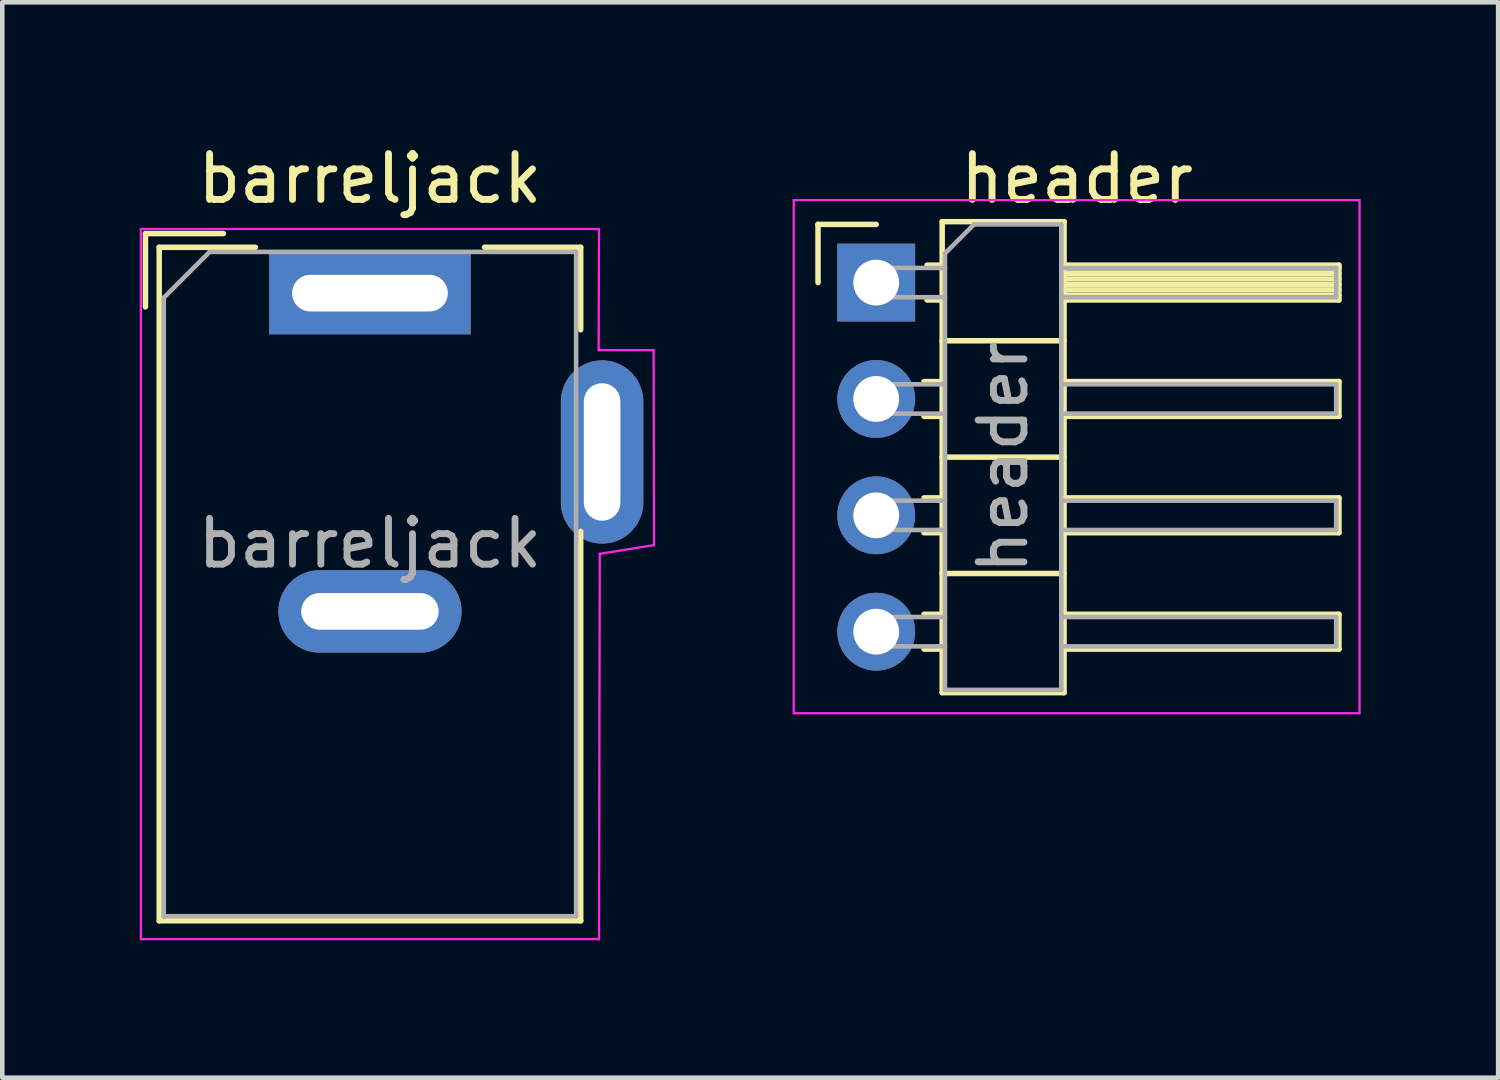
<source format=kicad_pcb>
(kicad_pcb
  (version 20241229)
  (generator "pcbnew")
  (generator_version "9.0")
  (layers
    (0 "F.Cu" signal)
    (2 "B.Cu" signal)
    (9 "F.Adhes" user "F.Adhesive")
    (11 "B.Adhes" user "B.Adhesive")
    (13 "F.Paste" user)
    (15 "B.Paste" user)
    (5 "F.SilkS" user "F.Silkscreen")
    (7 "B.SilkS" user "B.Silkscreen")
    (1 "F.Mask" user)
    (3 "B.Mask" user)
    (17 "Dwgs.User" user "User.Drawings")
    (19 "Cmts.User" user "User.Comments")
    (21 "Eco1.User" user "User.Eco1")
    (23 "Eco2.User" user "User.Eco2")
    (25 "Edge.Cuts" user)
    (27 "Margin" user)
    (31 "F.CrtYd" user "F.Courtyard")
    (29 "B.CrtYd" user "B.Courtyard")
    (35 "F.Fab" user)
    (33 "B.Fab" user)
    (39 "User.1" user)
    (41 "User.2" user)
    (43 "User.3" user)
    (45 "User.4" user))
  (footprint "header"
    (layer "F.Cu")
    (at 16.075 3.118)
    (property "Reference" "header" (at 4.385 -2.27 0) (layer "F.SilkS") (effects (font (size 1 1) (thickness 0.15))))
    (attr through_hole)
    (fp_line (start -1.27 -1.27) (end 0 -1.27) (stroke (width 0.12) (type solid)) (layer "F.SilkS"))
    (fp_line (start -1.27 0) (end -1.27 -1.27) (stroke (width 0.12) (type solid)) (layer "F.SilkS"))
    (fp_line (start 1.043 2.16) (end 1.44 2.16) (stroke (width 0.12) (type solid)) (layer "F.SilkS"))
    (fp_line (start 1.043 2.92) (end 1.44 2.92) (stroke (width 0.12) (type solid)) (layer "F.SilkS"))
    (fp_line (start 1.043 4.7) (end 1.44 4.7) (stroke (width 0.12) (type solid)) (layer "F.SilkS"))
    (fp_line (start 1.043 5.46) (end 1.44 5.46) (stroke (width 0.12) (type solid)) (layer "F.SilkS"))
    (fp_line (start 1.043 7.24) (end 1.44 7.24) (stroke (width 0.12) (type solid)) (layer "F.SilkS"))
    (fp_line (start 1.043 8) (end 1.44 8) (stroke (width 0.12) (type solid)) (layer "F.SilkS"))
    (fp_line (start 1.11 -0.38) (end 1.44 -0.38) (stroke (width 0.12) (type solid)) (layer "F.SilkS"))
    (fp_line (start 1.11 0.38) (end 1.44 0.38) (stroke (width 0.12) (type solid)) (layer "F.SilkS"))
    (fp_line (start 1.44 -1.33) (end 1.44 8.95) (stroke (width 0.12) (type solid)) (layer "F.SilkS"))
    (fp_line (start 1.44 1.27) (end 4.1 1.27) (stroke (width 0.12) (type solid)) (layer "F.SilkS"))
    (fp_line (start 1.44 3.81) (end 4.1 3.81) (stroke (width 0.12) (type solid)) (layer "F.SilkS"))
    (fp_line (start 1.44 6.35) (end 4.1 6.35) (stroke (width 0.12) (type solid)) (layer "F.SilkS"))
    (fp_line (start 1.44 8.95) (end 4.1 8.95) (stroke (width 0.12) (type solid)) (layer "F.SilkS"))
    (fp_line (start 4.1 -1.33) (end 1.44 -1.33) (stroke (width 0.12) (type solid)) (layer "F.SilkS"))
    (fp_line (start 4.1 -0.38) (end 10.1 -0.38) (stroke (width 0.12) (type solid)) (layer "F.SilkS"))
    (fp_line (start 4.1 -0.32) (end 10.1 -0.32) (stroke (width 0.12) (type solid)) (layer "F.SilkS"))
    (fp_line (start 4.1 -0.2) (end 10.1 -0.2) (stroke (width 0.12) (type solid)) (layer "F.SilkS"))
    (fp_line (start 4.1 -0.08) (end 10.1 -0.08) (stroke (width 0.12) (type solid)) (layer "F.SilkS"))
    (fp_line (start 4.1 0.04) (end 10.1 0.04) (stroke (width 0.12) (type solid)) (layer "F.SilkS"))
    (fp_line (start 4.1 0.16) (end 10.1 0.16) (stroke (width 0.12) (type solid)) (layer "F.SilkS"))
    (fp_line (start 4.1 0.28) (end 10.1 0.28) (stroke (width 0.12) (type solid)) (layer "F.SilkS"))
    (fp_line (start 4.1 2.16) (end 10.1 2.16) (stroke (width 0.12) (type solid)) (layer "F.SilkS"))
    (fp_line (start 4.1 4.7) (end 10.1 4.7) (stroke (width 0.12) (type solid)) (layer "F.SilkS"))
    (fp_line (start 4.1 7.24) (end 10.1 7.24) (stroke (width 0.12) (type solid)) (layer "F.SilkS"))
    (fp_line (start 4.1 8.95) (end 4.1 -1.33) (stroke (width 0.12) (type solid)) (layer "F.SilkS"))
    (fp_line (start 10.1 -0.38) (end 10.1 0.38) (stroke (width 0.12) (type solid)) (layer "F.SilkS"))
    (fp_line (start 10.1 0.38) (end 4.1 0.38) (stroke (width 0.12) (type solid)) (layer "F.SilkS"))
    (fp_line (start 10.1 2.16) (end 10.1 2.92) (stroke (width 0.12) (type solid)) (layer "F.SilkS"))
    (fp_line (start 10.1 2.92) (end 4.1 2.92) (stroke (width 0.12) (type solid)) (layer "F.SilkS"))
    (fp_line (start 10.1 4.7) (end 10.1 5.46) (stroke (width 0.12) (type solid)) (layer "F.SilkS"))
    (fp_line (start 10.1 5.46) (end 4.1 5.46) (stroke (width 0.12) (type solid)) (layer "F.SilkS"))
    (fp_line (start 10.1 7.24) (end 10.1 8) (stroke (width 0.12) (type solid)) (layer "F.SilkS"))
    (fp_line (start 10.1 8) (end 4.1 8) (stroke (width 0.12) (type solid)) (layer "F.SilkS"))
    (fp_line (start -1.8 -1.8) (end -1.8 9.4) (stroke (width 0.05) (type solid)) (layer "F.CrtYd"))
    (fp_line (start -1.8 9.4) (end 10.55 9.4) (stroke (width 0.05) (type solid)) (layer "F.CrtYd"))
    (fp_line (start 10.55 -1.8) (end -1.8 -1.8) (stroke (width 0.05) (type solid)) (layer "F.CrtYd"))
    (fp_line (start 10.55 9.4) (end 10.55 -1.8) (stroke (width 0.05) (type solid)) (layer "F.CrtYd"))
    (fp_line (start -0.32 -0.32) (end -0.32 0.32) (stroke (width 0.1) (type solid)) (layer "F.Fab"))
    (fp_line (start -0.32 -0.32) (end 1.5 -0.32) (stroke (width 0.1) (type solid)) (layer "F.Fab"))
    (fp_line (start -0.32 0.32) (end 1.5 0.32) (stroke (width 0.1) (type solid)) (layer "F.Fab"))
    (fp_line (start -0.32 2.22) (end -0.32 2.86) (stroke (width 0.1) (type solid)) (layer "F.Fab"))
    (fp_line (start -0.32 2.22) (end 1.5 2.22) (stroke (width 0.1) (type solid)) (layer "F.Fab"))
    (fp_line (start -0.32 2.86) (end 1.5 2.86) (stroke (width 0.1) (type solid)) (layer "F.Fab"))
    (fp_line (start -0.32 4.76) (end -0.32 5.4) (stroke (width 0.1) (type solid)) (layer "F.Fab"))
    (fp_line (start -0.32 4.76) (end 1.5 4.76) (stroke (width 0.1) (type solid)) (layer "F.Fab"))
    (fp_line (start -0.32 5.4) (end 1.5 5.4) (stroke (width 0.1) (type solid)) (layer "F.Fab"))
    (fp_line (start -0.32 7.3) (end -0.32 7.94) (stroke (width 0.1) (type solid)) (layer "F.Fab"))
    (fp_line (start -0.32 7.3) (end 1.5 7.3) (stroke (width 0.1) (type solid)) (layer "F.Fab"))
    (fp_line (start -0.32 7.94) (end 1.5 7.94) (stroke (width 0.1) (type solid)) (layer "F.Fab"))
    (fp_line (start 1.5 -0.635) (end 2.135 -1.27) (stroke (width 0.1) (type solid)) (layer "F.Fab"))
    (fp_line (start 1.5 8.89) (end 1.5 -0.635) (stroke (width 0.1) (type solid)) (layer "F.Fab"))
    (fp_line (start 2.135 -1.27) (end 4.04 -1.27) (stroke (width 0.1) (type solid)) (layer "F.Fab"))
    (fp_line (start 4.04 -1.27) (end 4.04 8.89) (stroke (width 0.1) (type solid)) (layer "F.Fab"))
    (fp_line (start 4.04 -0.32) (end 10.04 -0.32) (stroke (width 0.1) (type solid)) (layer "F.Fab"))
    (fp_line (start 4.04 0.32) (end 10.04 0.32) (stroke (width 0.1) (type solid)) (layer "F.Fab"))
    (fp_line (start 4.04 2.22) (end 10.04 2.22) (stroke (width 0.1) (type solid)) (layer "F.Fab"))
    (fp_line (start 4.04 2.86) (end 10.04 2.86) (stroke (width 0.1) (type solid)) (layer "F.Fab"))
    (fp_line (start 4.04 4.76) (end 10.04 4.76) (stroke (width 0.1) (type solid)) (layer "F.Fab"))
    (fp_line (start 4.04 5.4) (end 10.04 5.4) (stroke (width 0.1) (type solid)) (layer "F.Fab"))
    (fp_line (start 4.04 7.3) (end 10.04 7.3) (stroke (width 0.1) (type solid)) (layer "F.Fab"))
    (fp_line (start 4.04 7.94) (end 10.04 7.94) (stroke (width 0.1) (type solid)) (layer "F.Fab"))
    (fp_line (start 4.04 8.89) (end 1.5 8.89) (stroke (width 0.1) (type solid)) (layer "F.Fab"))
    (fp_line (start 10.04 -0.32) (end 10.04 0.32) (stroke (width 0.1) (type solid)) (layer "F.Fab"))
    (fp_line (start 10.04 2.22) (end 10.04 2.86) (stroke (width 0.1) (type solid)) (layer "F.Fab"))
    (fp_line (start 10.04 4.76) (end 10.04 5.4) (stroke (width 0.1) (type solid)) (layer "F.Fab"))
    (fp_line (start 10.04 7.3) (end 10.04 7.94) (stroke (width 0.1) (type solid)) (layer "F.Fab"))
    (fp_text user "${REFERENCE}" (at 2.77 3.81 90) (layer "F.Fab") (effects (font (size 1 1) (thickness 0.15))))
    (pad "1" thru_hole rect (at 0 0) (size 1.7 1.7) (drill 1) (layers "*.Cu" "*.Mask"))
    (pad "2" thru_hole oval (at 0 2.54) (size 1.7 1.7) (drill 1) (layers "*.Cu" "*.Mask"))
    (pad "3" thru_hole oval (at 0 5.08) (size 1.7 1.7) (drill 1) (layers "*.Cu" "*.Mask"))
    (pad "4" thru_hole oval (at 0 7.62) (size 1.7 1.7) (drill 1) (layers "*.Cu" "*.Mask")))
  (footprint "barreljack"
    (layer "F.Cu")
    (at 5.025 3.348)
    (property "Reference" "barreljack" (at 0 -2.5 0) (layer "F.SilkS") (effects (font (size 1 1) (thickness 0.15))))
    (attr through_hole)
    (fp_line (start -4.9 -1.3) (end -4.9 0.3) (stroke (width 0.12) (type solid)) (layer "F.SilkS"))
    (fp_line (start -4.6 -1) (end -2.5 -1) (stroke (width 0.12) (type solid)) (layer "F.SilkS"))
    (fp_line (start -4.6 13.7) (end -4.6 -1) (stroke (width 0.12) (type solid)) (layer "F.SilkS"))
    (fp_line (start -3.2 -1.3) (end -4.9 -1.3) (stroke (width 0.12) (type solid)) (layer "F.SilkS"))
    (fp_line (start 2.5 -1) (end 4.6 -1) (stroke (width 0.12) (type solid)) (layer "F.SilkS"))
    (fp_line (start 4.6 -1) (end 4.6 0.8) (stroke (width 0.12) (type solid)) (layer "F.SilkS"))
    (fp_line (start 4.6 5.2) (end 4.6 13.7) (stroke (width 0.12) (type solid)) (layer "F.SilkS"))
    (fp_line (start 4.6 13.7) (end -4.6 13.7) (stroke (width 0.12) (type solid)) (layer "F.SilkS"))
    (fp_line (start -5 -1.4) (end -5 14.1) (stroke (width 0.05) (type solid)) (layer "F.CrtYd"))
    (fp_line (start -5 14.1) (end 5 14.1) (stroke (width 0.05) (type solid)) (layer "F.CrtYd"))
    (fp_line (start 4.991 1.245) (end 5 -1.4) (stroke (width 0.05) (type solid)) (layer "F.CrtYd"))
    (fp_line (start 5 -1.4) (end -5 -1.4) (stroke (width 0.05) (type solid)) (layer "F.CrtYd"))
    (fp_line (start 5 14.1) (end 5.016 5.69) (stroke (width 0.05) (type solid)) (layer "F.CrtYd"))
    (fp_line (start 6.191 1.245) (end 4.991 1.245) (stroke (width 0.05) (type solid)) (layer "F.CrtYd"))
    (fp_line (start 6.191 1.245) (end 6.2 5.5) (stroke (width 0.05) (type solid)) (layer "F.CrtYd"))
    (fp_line (start 6.2 5.5) (end 5.016 5.69) (stroke (width 0.05) (type solid)) (layer "F.CrtYd"))
    (fp_line (start -4.5 0.1) (end -3.5 -0.9) (stroke (width 0.1) (type solid)) (layer "F.Fab"))
    (fp_line (start -4.5 13.6) (end -4.5 0.1) (stroke (width 0.1) (type solid)) (layer "F.Fab"))
    (fp_line (start 4.5 -0.9) (end -3.5 -0.9) (stroke (width 0.1) (type solid)) (layer "F.Fab"))
    (fp_line (start 4.5 -0.9) (end 4.5 13.6) (stroke (width 0.1) (type solid)) (layer "F.Fab"))
    (fp_line (start 4.5 13.6) (end -4.5 13.6) (stroke (width 0.1) (type solid)) (layer "F.Fab"))
    (fp_text user "${REFERENCE}" (at 0 5.461 0) (layer "F.Fab") (effects (font (size 1 1) (thickness 0.15))))
    (pad "1" thru_hole rect (at 0 0) (size 4.4 1.8) (drill oval 3.4 0.8) (layers "*.Cu" "*.Mask"))
    (pad "2" thru_hole oval (at 0 6.947) (size 4 1.8) (drill oval 3 0.8) (layers "*.Cu" "*.Mask"))
    (pad "3" thru_hole oval (at 5.067 3.467 90) (size 4 1.8) (drill oval 3 0.8) (layers "*.Cu" "*.Mask")))
  (gr_rect
    (start -3 -3)
    (end 29.65 20.473)
    (stroke (width 0.1) (type default))
    (fill no)
    (layer "Edge.Cuts")))
</source>
